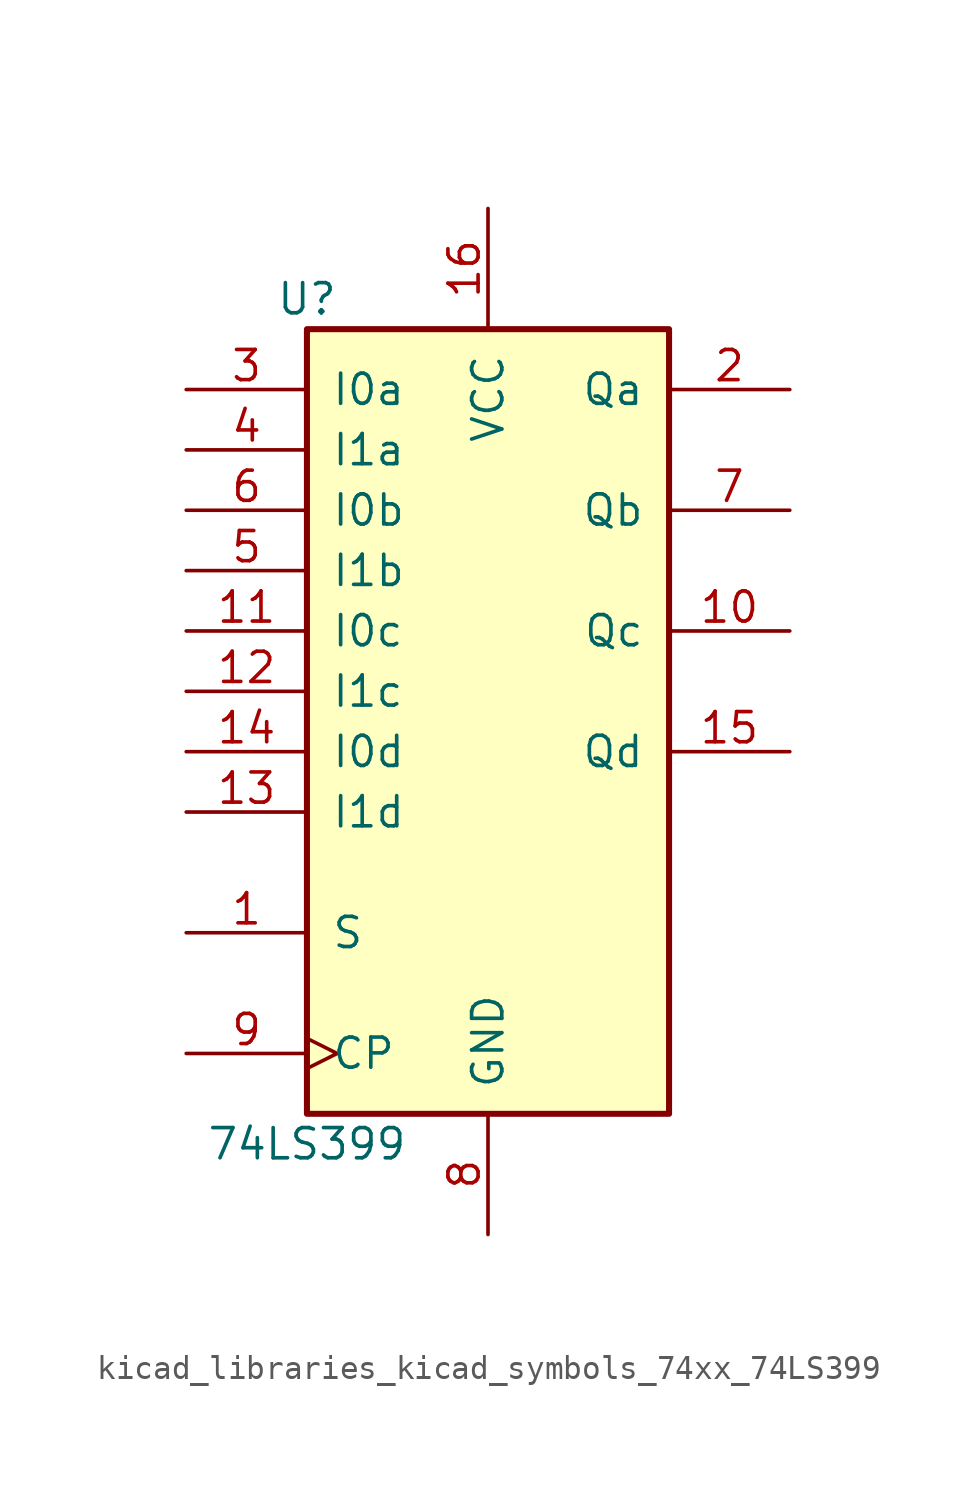
<source format=kicad_sym>
(kicad_symbol_lib
  (version 20220914)
  (generator kicad_symbol_editor)
  (symbol "kicad_libraries_kicad_symbols_74xx_74LS399"
    (pin_names
      (offset 1.016))
    (property "Reference" "U"
      (at -7.62 16.51 0)
      (effects (font (size 1.27 1.27))))
    (property "Value" "74LS399"
      (at -7.62 -19.05 0)
      (effects (font (size 1.27 1.27))))
    (property "ki_locked" ""
      (at 0 0 0)
      (effects (font (size 1.27 1.27))))
    (symbol "kicad_libraries_kicad_symbols_74xx_74LS399_1_0"
      (pin input line (at -12.7 -10.16 0) (length 5.08) (name "S" (effects (font (size 1.27 1.27)))) (number "1" (effects (font (size 1.27 1.27)))))
      (pin output line (at 12.7 2.54 180) (length 5.08) (name "Qc" (effects (font (size 1.27 1.27)))) (number "10" (effects (font (size 1.27 1.27)))))
      (pin input line (at -12.7 2.54 0) (length 5.08) (name "I0c" (effects (font (size 1.27 1.27)))) (number "11" (effects (font (size 1.27 1.27)))))
      (pin input line (at -12.7 0 0) (length 5.08) (name "I1c" (effects (font (size 1.27 1.27)))) (number "12" (effects (font (size 1.27 1.27)))))
      (pin input line (at -12.7 -5.08 0) (length 5.08) (name "I1d" (effects (font (size 1.27 1.27)))) (number "13" (effects (font (size 1.27 1.27)))))
      (pin input line (at -12.7 -2.54 0) (length 5.08) (name "I0d" (effects (font (size 1.27 1.27)))) (number "14" (effects (font (size 1.27 1.27)))))
      (pin output line (at 12.7 -2.54 180) (length 5.08) (name "Qd" (effects (font (size 1.27 1.27)))) (number "15" (effects (font (size 1.27 1.27)))))
      (pin power_in line (at 0 20.32 270) (length 5.08) (name "VCC" (effects (font (size 1.27 1.27)))) (number "16" (effects (font (size 1.27 1.27)))))
      (pin output line (at 12.7 12.7 180) (length 5.08) (name "Qa" (effects (font (size 1.27 1.27)))) (number "2" (effects (font (size 1.27 1.27)))))
      (pin input line (at -12.7 12.7 0) (length 5.08) (name "I0a" (effects (font (size 1.27 1.27)))) (number "3" (effects (font (size 1.27 1.27)))))
      (pin input line (at -12.7 10.16 0) (length 5.08) (name "I1a" (effects (font (size 1.27 1.27)))) (number "4" (effects (font (size 1.27 1.27)))))
      (pin input line (at -12.7 5.08 0) (length 5.08) (name "I1b" (effects (font (size 1.27 1.27)))) (number "5" (effects (font (size 1.27 1.27)))))
      (pin input line (at -12.7 7.62 0) (length 5.08) (name "I0b" (effects (font (size 1.27 1.27)))) (number "6" (effects (font (size 1.27 1.27)))))
      (pin output line (at 12.7 7.62 180) (length 5.08) (name "Qb" (effects (font (size 1.27 1.27)))) (number "7" (effects (font (size 1.27 1.27)))))
      (pin power_in line (at 0 -22.86 90) (length 5.08) (name "GND" (effects (font (size 1.27 1.27)))) (number "8" (effects (font (size 1.27 1.27)))))
      (pin input clock (at -12.7 -15.24 0) (length 5.08) (name "CP" (effects (font (size 1.27 1.27)))) (number "9" (effects (font (size 1.27 1.27))))))
    (symbol "kicad_libraries_kicad_symbols_74xx_74LS399_1_1"
      (rectangle (start -7.62 15.24) (end 7.62 -17.78) (stroke (width 0.254) (type default)) (fill (type background))))))
</source>
